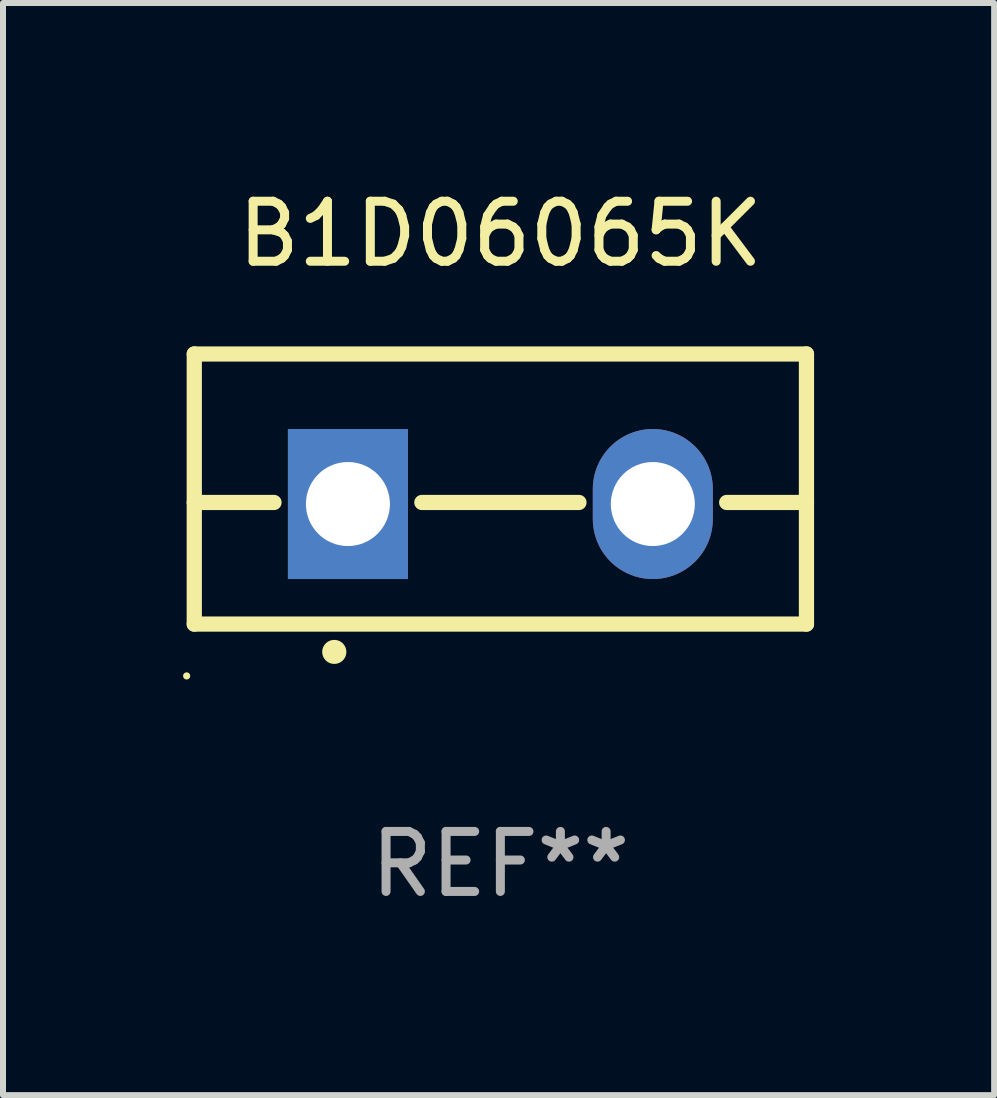
<source format=kicad_pcb>
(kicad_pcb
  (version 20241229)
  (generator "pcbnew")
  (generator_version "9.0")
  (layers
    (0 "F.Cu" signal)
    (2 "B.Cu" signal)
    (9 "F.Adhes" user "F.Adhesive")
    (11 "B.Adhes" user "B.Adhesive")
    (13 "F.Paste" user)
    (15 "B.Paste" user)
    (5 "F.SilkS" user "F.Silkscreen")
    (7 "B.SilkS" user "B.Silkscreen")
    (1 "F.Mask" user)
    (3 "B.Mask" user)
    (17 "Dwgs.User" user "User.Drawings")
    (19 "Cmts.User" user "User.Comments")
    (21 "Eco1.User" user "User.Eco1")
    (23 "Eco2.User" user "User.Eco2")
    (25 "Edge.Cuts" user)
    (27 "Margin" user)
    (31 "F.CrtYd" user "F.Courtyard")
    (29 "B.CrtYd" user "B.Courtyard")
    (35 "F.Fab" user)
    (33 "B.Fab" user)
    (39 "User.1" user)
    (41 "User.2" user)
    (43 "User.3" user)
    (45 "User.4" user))
  (footprint "B1D06065K"
    (layer "F.Cu")
    (at 5.287 5.098)
    (property "Reference" "B1D06065K" (at 0 -4.25 0) (layer "F.SilkS") (effects (font (size 1 1) (thickness 0.15))))
    (attr through_hole)
    (fp_line (start -5.1 -2.25) (end -5.1 2.25) (stroke (width 0.254) (type solid)) (layer "F.SilkS"))
    (fp_line (start -5.1 0.224) (end -3.772 0.224) (stroke (width 0.254) (type solid)) (layer "F.SilkS"))
    (fp_line (start -5.1 2.25) (end 5.1 2.25) (stroke (width 0.254) (type solid)) (layer "F.SilkS"))
    (fp_line (start -1.308 0.224) (end 1.309 0.224) (stroke (width 0.254) (type solid)) (layer "F.SilkS"))
    (fp_line (start 3.771 0.224) (end 5.1 0.224) (stroke (width 0.254) (type solid)) (layer "F.SilkS"))
    (fp_line (start 5.1 -2.25) (end -5.1 -2.25) (stroke (width 0.254) (type solid)) (layer "F.SilkS"))
    (fp_line (start 5.1 -2.25) (end 5.1 2.25) (stroke (width 0.254) (type solid)) (layer "F.SilkS"))
    (fp_arc (start -2.768606 2.713805) (mid -2.767336 2.713801) (end -2.766066 2.713805) (stroke (width 0.4) (type solid)) (layer "F.SilkS"))
    (fp_circle (center -5.227 3.114) (end -5.197 3.114) (stroke (width 0.06) (type solid)) (fill no) (layer "F.SilkS"))
    (fp_text user "REF**" (at 0 6.25 0) (layer "F.Fab") (effects (font (size 1 1) (thickness 0.15))))
    (pad "1" thru_hole rect (at -2.54 0.25) (size 2 2.5) (drill 1.4) (layers "*.Cu" "*.Mask"))
    (pad "3" thru_hole oval (at 2.54 0.25) (size 2 2.5) (drill 1.4) (layers "*.Cu" "*.Mask")))
  (gr_rect
    (start -3 -3)
    (end 13.514 15.197)
    (stroke (width 0.1) (type default))
    (fill no)
    (layer "Edge.Cuts")))
</source>
